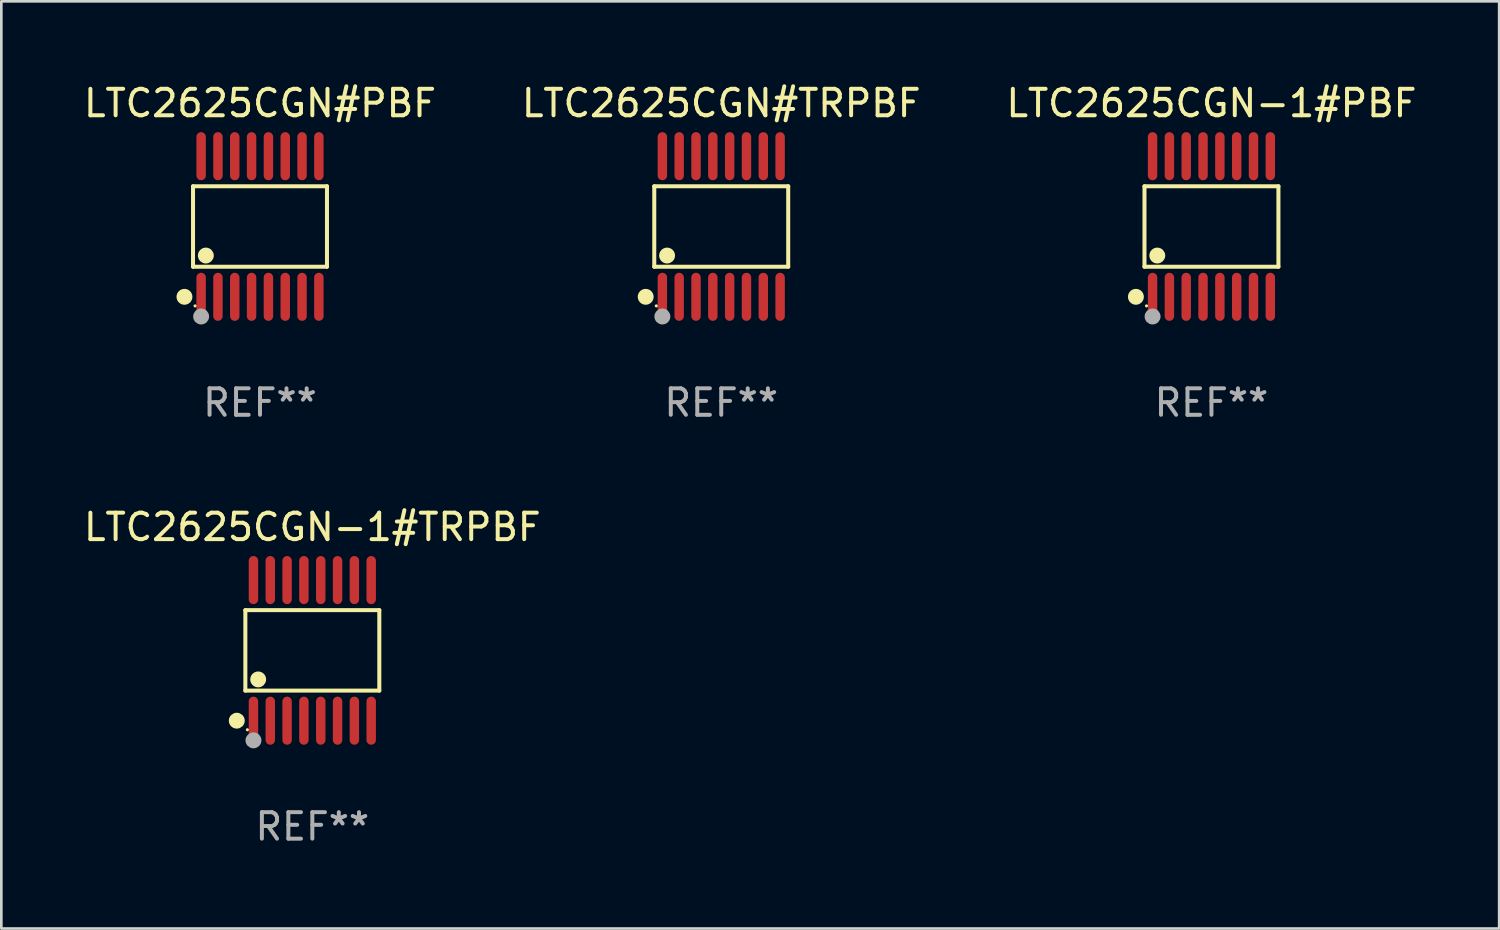
<source format=kicad_pcb>
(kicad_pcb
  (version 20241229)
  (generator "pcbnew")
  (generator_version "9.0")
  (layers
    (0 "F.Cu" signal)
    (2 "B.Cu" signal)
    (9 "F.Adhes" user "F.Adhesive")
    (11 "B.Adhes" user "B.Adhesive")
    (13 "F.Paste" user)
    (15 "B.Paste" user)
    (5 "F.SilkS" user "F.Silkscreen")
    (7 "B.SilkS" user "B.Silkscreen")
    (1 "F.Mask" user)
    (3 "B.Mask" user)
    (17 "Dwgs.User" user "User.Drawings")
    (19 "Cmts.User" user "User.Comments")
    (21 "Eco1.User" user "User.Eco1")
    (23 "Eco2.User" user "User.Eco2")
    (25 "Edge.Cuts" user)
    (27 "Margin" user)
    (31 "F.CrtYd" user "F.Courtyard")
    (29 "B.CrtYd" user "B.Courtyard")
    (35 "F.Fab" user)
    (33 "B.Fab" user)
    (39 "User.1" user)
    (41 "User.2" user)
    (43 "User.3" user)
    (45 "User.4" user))
  (footprint "LTC2625CGN-1#TRPBF"
    (layer "F.Cu")
    (at 8.744 21.509)
    (property "Reference" "LTC2625CGN-1#TRPBF" (at 0 -4.655 0) (layer "F.SilkS") (effects (font (size 1 1) (thickness 0.15))))
    (attr through_hole)
    (fp_line (start -2.529 -1.519) (end 2.529 -1.519) (stroke (width 0.152) (type solid)) (layer "F.SilkS"))
    (fp_line (start -2.529 1.519) (end -2.529 -1.519) (stroke (width 0.152) (type solid)) (layer "F.SilkS"))
    (fp_line (start 2.529 -1.519) (end 2.529 1.519) (stroke (width 0.152) (type solid)) (layer "F.SilkS"))
    (fp_line (start 2.529 1.519) (end -2.529 1.519) (stroke (width 0.152) (type solid)) (layer "F.SilkS"))
    (fp_circle (center -2.853 2.655) (end -2.703 2.655) (stroke (width 0.3) (type solid)) (fill no) (layer "F.SilkS"))
    (fp_circle (center -2.453 2.998) (end -2.423 2.998) (stroke (width 0.06) (type solid)) (fill no) (layer "F.SilkS"))
    (fp_circle (center -2.045 1.097) (end -1.895 1.097) (stroke (width 0.3) (type solid)) (fill no) (layer "F.SilkS"))
    (fp_circle (center -2.223 3.398) (end -2.072 3.398) (stroke (width 0.3) (type solid)) (fill no) (layer "F.Fab"))
    (fp_text user "REF**" (at 0 6.655 0) (layer "F.Fab") (effects (font (size 1 1) (thickness 0.15))))
    (pad "1" smd oval (at -2.223 2.655) (size 0.356 1.815) (layers "F.Cu" "F.Mask" "F.Paste"))
    (pad "2" smd oval (at -1.588 2.655) (size 0.356 1.815) (layers "F.Cu" "F.Mask" "F.Paste"))
    (pad "3" smd oval (at -0.953 2.655) (size 0.356 1.815) (layers "F.Cu" "F.Mask" "F.Paste"))
    (pad "4" smd oval (at -0.318 2.655) (size 0.356 1.815) (layers "F.Cu" "F.Mask" "F.Paste"))
    (pad "5" smd oval (at 0.318 2.655) (size 0.356 1.815) (layers "F.Cu" "F.Mask" "F.Paste"))
    (pad "6" smd oval (at 0.953 2.655) (size 0.356 1.815) (layers "F.Cu" "F.Mask" "F.Paste"))
    (pad "7" smd oval (at 1.588 2.655) (size 0.356 1.815) (layers "F.Cu" "F.Mask" "F.Paste"))
    (pad "8" smd oval (at 2.223 2.655) (size 0.356 1.815) (layers "F.Cu" "F.Mask" "F.Paste"))
    (pad "9" smd oval (at 2.223 -2.655) (size 0.356 1.815) (layers "F.Cu" "F.Mask" "F.Paste"))
    (pad "10" smd oval (at 1.588 -2.655) (size 0.356 1.815) (layers "F.Cu" "F.Mask" "F.Paste"))
    (pad "11" smd oval (at 0.953 -2.655) (size 0.356 1.815) (layers "F.Cu" "F.Mask" "F.Paste"))
    (pad "12" smd oval (at 0.318 -2.655) (size 0.356 1.815) (layers "F.Cu" "F.Mask" "F.Paste"))
    (pad "13" smd oval (at -0.318 -2.655) (size 0.356 1.815) (layers "F.Cu" "F.Mask" "F.Paste"))
    (pad "14" smd oval (at -0.953 -2.655) (size 0.356 1.815) (layers "F.Cu" "F.Mask" "F.Paste"))
    (pad "15" smd oval (at -1.588 -2.655) (size 0.356 1.815) (layers "F.Cu" "F.Mask" "F.Paste"))
    (pad "16" smd oval (at -2.223 -2.655) (size 0.356 1.815) (layers "F.Cu" "F.Mask" "F.Paste")))
  (footprint "LTC2625CGN#TRPBF"
    (layer "F.Cu")
    (at 24.185 5.503)
    (property "Reference" "LTC2625CGN#TRPBF" (at 0 -4.655 0) (layer "F.SilkS") (effects (font (size 1 1) (thickness 0.15))))
    (attr through_hole)
    (fp_line (start -2.529 -1.519) (end 2.529 -1.519) (stroke (width 0.152) (type solid)) (layer "F.SilkS"))
    (fp_line (start -2.529 1.519) (end -2.529 -1.519) (stroke (width 0.152) (type solid)) (layer "F.SilkS"))
    (fp_line (start 2.529 -1.519) (end 2.529 1.519) (stroke (width 0.152) (type solid)) (layer "F.SilkS"))
    (fp_line (start 2.529 1.519) (end -2.529 1.519) (stroke (width 0.152) (type solid)) (layer "F.SilkS"))
    (fp_circle (center -2.853 2.655) (end -2.703 2.655) (stroke (width 0.3) (type solid)) (fill no) (layer "F.SilkS"))
    (fp_circle (center -2.453 2.998) (end -2.423 2.998) (stroke (width 0.06) (type solid)) (fill no) (layer "F.SilkS"))
    (fp_circle (center -2.045 1.097) (end -1.895 1.097) (stroke (width 0.3) (type solid)) (fill no) (layer "F.SilkS"))
    (fp_circle (center -2.223 3.398) (end -2.072 3.398) (stroke (width 0.3) (type solid)) (fill no) (layer "F.Fab"))
    (fp_text user "REF**" (at 0 6.655 0) (layer "F.Fab") (effects (font (size 1 1) (thickness 0.15))))
    (pad "1" smd oval (at -2.223 2.655) (size 0.356 1.815) (layers "F.Cu" "F.Mask" "F.Paste"))
    (pad "2" smd oval (at -1.588 2.655) (size 0.356 1.815) (layers "F.Cu" "F.Mask" "F.Paste"))
    (pad "3" smd oval (at -0.953 2.655) (size 0.356 1.815) (layers "F.Cu" "F.Mask" "F.Paste"))
    (pad "4" smd oval (at -0.318 2.655) (size 0.356 1.815) (layers "F.Cu" "F.Mask" "F.Paste"))
    (pad "5" smd oval (at 0.318 2.655) (size 0.356 1.815) (layers "F.Cu" "F.Mask" "F.Paste"))
    (pad "6" smd oval (at 0.953 2.655) (size 0.356 1.815) (layers "F.Cu" "F.Mask" "F.Paste"))
    (pad "7" smd oval (at 1.588 2.655) (size 0.356 1.815) (layers "F.Cu" "F.Mask" "F.Paste"))
    (pad "8" smd oval (at 2.223 2.655) (size 0.356 1.815) (layers "F.Cu" "F.Mask" "F.Paste"))
    (pad "9" smd oval (at 2.223 -2.655) (size 0.356 1.815) (layers "F.Cu" "F.Mask" "F.Paste"))
    (pad "10" smd oval (at 1.588 -2.655) (size 0.356 1.815) (layers "F.Cu" "F.Mask" "F.Paste"))
    (pad "11" smd oval (at 0.953 -2.655) (size 0.356 1.815) (layers "F.Cu" "F.Mask" "F.Paste"))
    (pad "12" smd oval (at 0.318 -2.655) (size 0.356 1.815) (layers "F.Cu" "F.Mask" "F.Paste"))
    (pad "13" smd oval (at -0.318 -2.655) (size 0.356 1.815) (layers "F.Cu" "F.Mask" "F.Paste"))
    (pad "14" smd oval (at -0.953 -2.655) (size 0.356 1.815) (layers "F.Cu" "F.Mask" "F.Paste"))
    (pad "15" smd oval (at -1.588 -2.655) (size 0.356 1.815) (layers "F.Cu" "F.Mask" "F.Paste"))
    (pad "16" smd oval (at -2.223 -2.655) (size 0.356 1.815) (layers "F.Cu" "F.Mask" "F.Paste")))
  (footprint "LTC2625CGN-1#PBF"
    (layer "F.Cu")
    (at 42.696 5.503)
    (property "Reference" "LTC2625CGN-1#PBF" (at 0 -4.655 0) (layer "F.SilkS") (effects (font (size 1 1) (thickness 0.15))))
    (attr through_hole)
    (fp_line (start -2.529 -1.519) (end 2.529 -1.519) (stroke (width 0.152) (type solid)) (layer "F.SilkS"))
    (fp_line (start -2.529 1.519) (end -2.529 -1.519) (stroke (width 0.152) (type solid)) (layer "F.SilkS"))
    (fp_line (start 2.529 -1.519) (end 2.529 1.519) (stroke (width 0.152) (type solid)) (layer "F.SilkS"))
    (fp_line (start 2.529 1.519) (end -2.529 1.519) (stroke (width 0.152) (type solid)) (layer "F.SilkS"))
    (fp_circle (center -2.853 2.655) (end -2.703 2.655) (stroke (width 0.3) (type solid)) (fill no) (layer "F.SilkS"))
    (fp_circle (center -2.453 2.998) (end -2.423 2.998) (stroke (width 0.06) (type solid)) (fill no) (layer "F.SilkS"))
    (fp_circle (center -2.045 1.097) (end -1.895 1.097) (stroke (width 0.3) (type solid)) (fill no) (layer "F.SilkS"))
    (fp_circle (center -2.223 3.398) (end -2.072 3.398) (stroke (width 0.3) (type solid)) (fill no) (layer "F.Fab"))
    (fp_text user "REF**" (at 0 6.655 0) (layer "F.Fab") (effects (font (size 1 1) (thickness 0.15))))
    (pad "1" smd oval (at -2.223 2.655) (size 0.356 1.815) (layers "F.Cu" "F.Mask" "F.Paste"))
    (pad "2" smd oval (at -1.588 2.655) (size 0.356 1.815) (layers "F.Cu" "F.Mask" "F.Paste"))
    (pad "3" smd oval (at -0.953 2.655) (size 0.356 1.815) (layers "F.Cu" "F.Mask" "F.Paste"))
    (pad "4" smd oval (at -0.318 2.655) (size 0.356 1.815) (layers "F.Cu" "F.Mask" "F.Paste"))
    (pad "5" smd oval (at 0.318 2.655) (size 0.356 1.815) (layers "F.Cu" "F.Mask" "F.Paste"))
    (pad "6" smd oval (at 0.953 2.655) (size 0.356 1.815) (layers "F.Cu" "F.Mask" "F.Paste"))
    (pad "7" smd oval (at 1.588 2.655) (size 0.356 1.815) (layers "F.Cu" "F.Mask" "F.Paste"))
    (pad "8" smd oval (at 2.223 2.655) (size 0.356 1.815) (layers "F.Cu" "F.Mask" "F.Paste"))
    (pad "9" smd oval (at 2.223 -2.655) (size 0.356 1.815) (layers "F.Cu" "F.Mask" "F.Paste"))
    (pad "10" smd oval (at 1.588 -2.655) (size 0.356 1.815) (layers "F.Cu" "F.Mask" "F.Paste"))
    (pad "11" smd oval (at 0.953 -2.655) (size 0.356 1.815) (layers "F.Cu" "F.Mask" "F.Paste"))
    (pad "12" smd oval (at 0.318 -2.655) (size 0.356 1.815) (layers "F.Cu" "F.Mask" "F.Paste"))
    (pad "13" smd oval (at -0.318 -2.655) (size 0.356 1.815) (layers "F.Cu" "F.Mask" "F.Paste"))
    (pad "14" smd oval (at -0.953 -2.655) (size 0.356 1.815) (layers "F.Cu" "F.Mask" "F.Paste"))
    (pad "15" smd oval (at -1.588 -2.655) (size 0.356 1.815) (layers "F.Cu" "F.Mask" "F.Paste"))
    (pad "16" smd oval (at -2.223 -2.655) (size 0.356 1.815) (layers "F.Cu" "F.Mask" "F.Paste")))
  (footprint "LTC2625CGN#PBF"
    (layer "F.Cu")
    (at 6.768 5.503)
    (property "Reference" "LTC2625CGN#PBF" (at 0 -4.655 0) (layer "F.SilkS") (effects (font (size 1 1) (thickness 0.15))))
    (attr through_hole)
    (fp_line (start -2.529 -1.519) (end 2.529 -1.519) (stroke (width 0.152) (type solid)) (layer "F.SilkS"))
    (fp_line (start -2.529 1.519) (end -2.529 -1.519) (stroke (width 0.152) (type solid)) (layer "F.SilkS"))
    (fp_line (start 2.529 -1.519) (end 2.529 1.519) (stroke (width 0.152) (type solid)) (layer "F.SilkS"))
    (fp_line (start 2.529 1.519) (end -2.529 1.519) (stroke (width 0.152) (type solid)) (layer "F.SilkS"))
    (fp_circle (center -2.853 2.655) (end -2.703 2.655) (stroke (width 0.3) (type solid)) (fill no) (layer "F.SilkS"))
    (fp_circle (center -2.453 2.998) (end -2.423 2.998) (stroke (width 0.06) (type solid)) (fill no) (layer "F.SilkS"))
    (fp_circle (center -2.045 1.097) (end -1.895 1.097) (stroke (width 0.3) (type solid)) (fill no) (layer "F.SilkS"))
    (fp_circle (center -2.223 3.398) (end -2.072 3.398) (stroke (width 0.3) (type solid)) (fill no) (layer "F.Fab"))
    (fp_text user "REF**" (at 0 6.655 0) (layer "F.Fab") (effects (font (size 1 1) (thickness 0.15))))
    (pad "1" smd oval (at -2.223 2.655) (size 0.356 1.815) (layers "F.Cu" "F.Mask" "F.Paste"))
    (pad "2" smd oval (at -1.588 2.655) (size 0.356 1.815) (layers "F.Cu" "F.Mask" "F.Paste"))
    (pad "3" smd oval (at -0.953 2.655) (size 0.356 1.815) (layers "F.Cu" "F.Mask" "F.Paste"))
    (pad "4" smd oval (at -0.318 2.655) (size 0.356 1.815) (layers "F.Cu" "F.Mask" "F.Paste"))
    (pad "5" smd oval (at 0.318 2.655) (size 0.356 1.815) (layers "F.Cu" "F.Mask" "F.Paste"))
    (pad "6" smd oval (at 0.953 2.655) (size 0.356 1.815) (layers "F.Cu" "F.Mask" "F.Paste"))
    (pad "7" smd oval (at 1.588 2.655) (size 0.356 1.815) (layers "F.Cu" "F.Mask" "F.Paste"))
    (pad "8" smd oval (at 2.223 2.655) (size 0.356 1.815) (layers "F.Cu" "F.Mask" "F.Paste"))
    (pad "9" smd oval (at 2.223 -2.655) (size 0.356 1.815) (layers "F.Cu" "F.Mask" "F.Paste"))
    (pad "10" smd oval (at 1.588 -2.655) (size 0.356 1.815) (layers "F.Cu" "F.Mask" "F.Paste"))
    (pad "11" smd oval (at 0.953 -2.655) (size 0.356 1.815) (layers "F.Cu" "F.Mask" "F.Paste"))
    (pad "12" smd oval (at 0.318 -2.655) (size 0.356 1.815) (layers "F.Cu" "F.Mask" "F.Paste"))
    (pad "13" smd oval (at -0.318 -2.655) (size 0.356 1.815) (layers "F.Cu" "F.Mask" "F.Paste"))
    (pad "14" smd oval (at -0.953 -2.655) (size 0.356 1.815) (layers "F.Cu" "F.Mask" "F.Paste"))
    (pad "15" smd oval (at -1.588 -2.655) (size 0.356 1.815) (layers "F.Cu" "F.Mask" "F.Paste"))
    (pad "16" smd oval (at -2.223 -2.655) (size 0.356 1.815) (layers "F.Cu" "F.Mask" "F.Paste")))
  (gr_rect
    (start -3 -3)
    (end 53.56 32.012)
    (stroke (width 0.1) (type default))
    (fill no)
    (layer "Edge.Cuts")))
</source>
